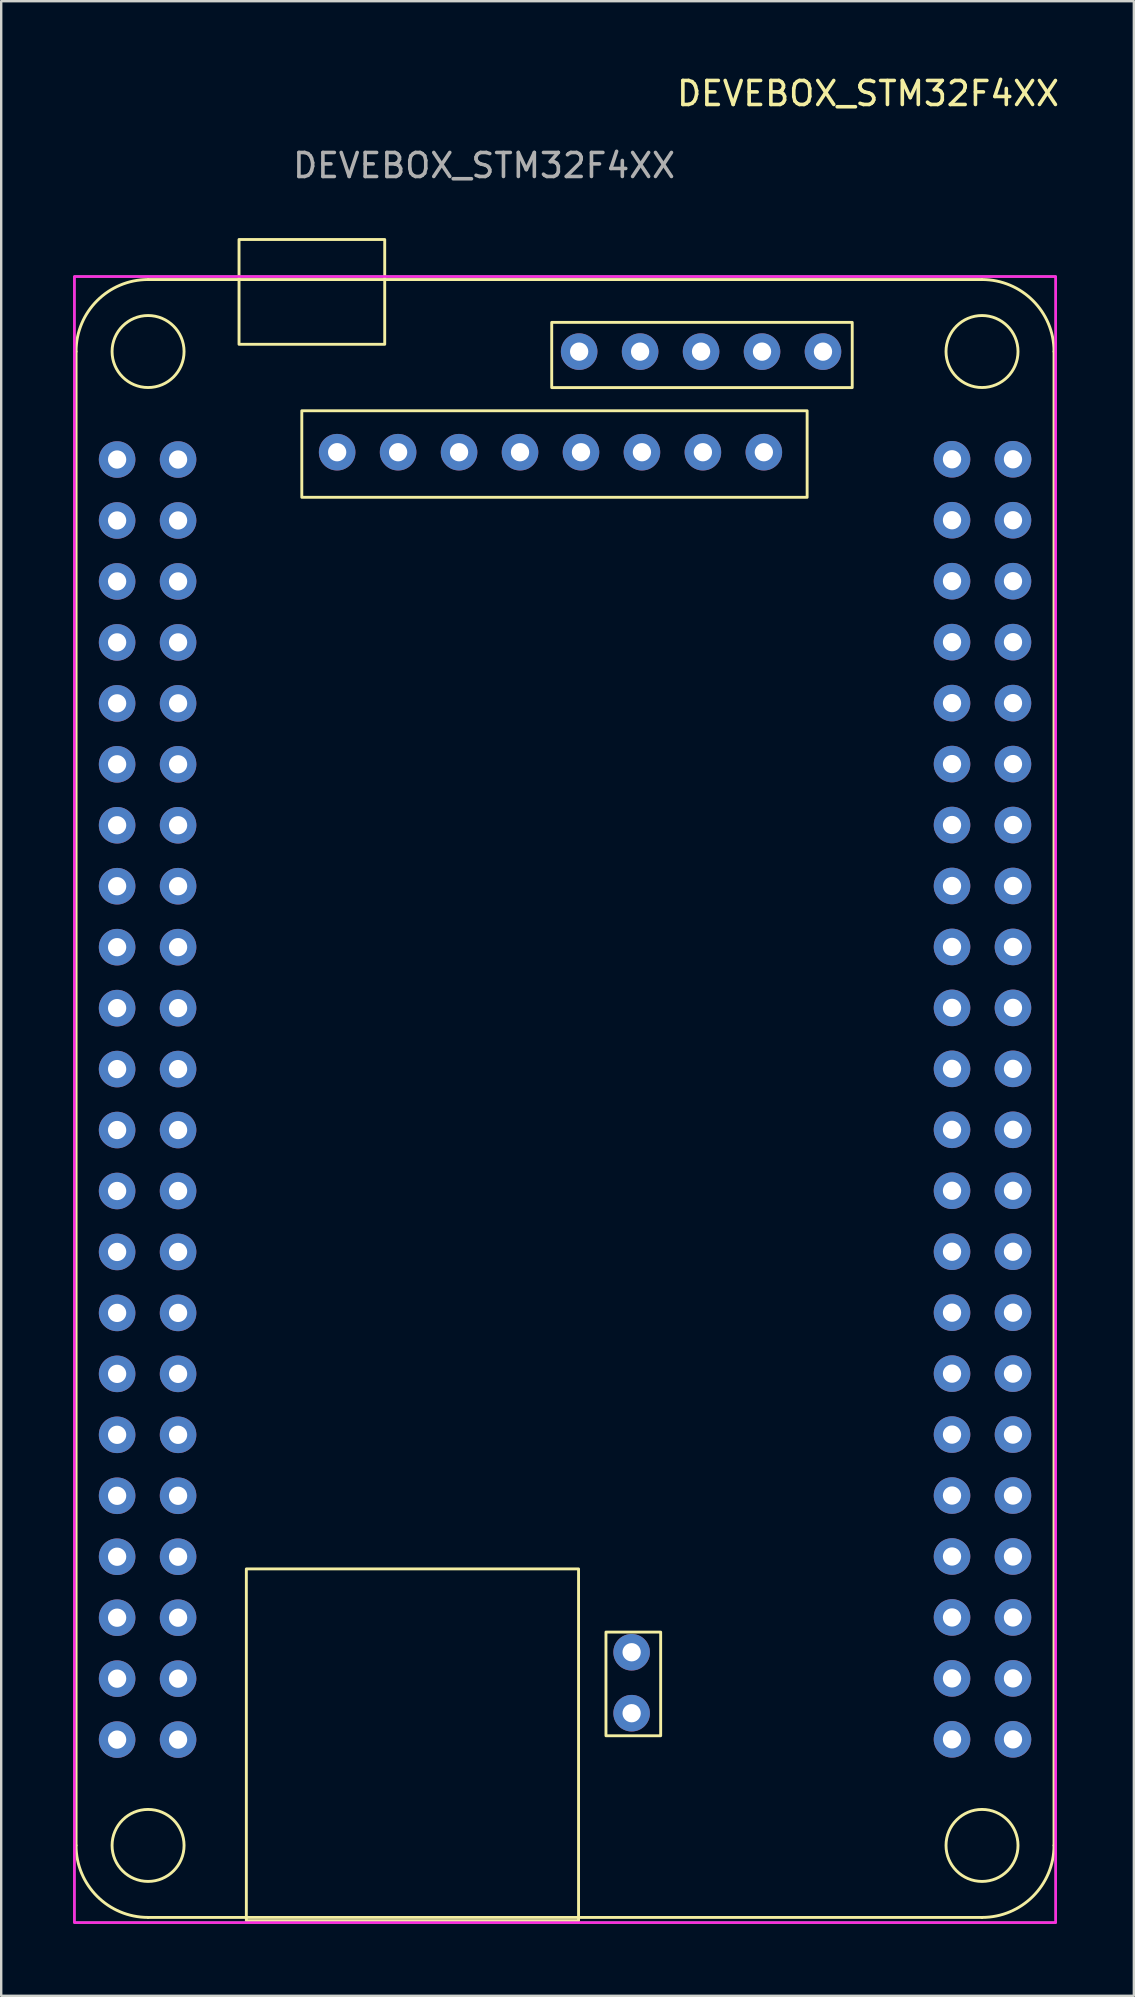
<source format=kicad_pcb>
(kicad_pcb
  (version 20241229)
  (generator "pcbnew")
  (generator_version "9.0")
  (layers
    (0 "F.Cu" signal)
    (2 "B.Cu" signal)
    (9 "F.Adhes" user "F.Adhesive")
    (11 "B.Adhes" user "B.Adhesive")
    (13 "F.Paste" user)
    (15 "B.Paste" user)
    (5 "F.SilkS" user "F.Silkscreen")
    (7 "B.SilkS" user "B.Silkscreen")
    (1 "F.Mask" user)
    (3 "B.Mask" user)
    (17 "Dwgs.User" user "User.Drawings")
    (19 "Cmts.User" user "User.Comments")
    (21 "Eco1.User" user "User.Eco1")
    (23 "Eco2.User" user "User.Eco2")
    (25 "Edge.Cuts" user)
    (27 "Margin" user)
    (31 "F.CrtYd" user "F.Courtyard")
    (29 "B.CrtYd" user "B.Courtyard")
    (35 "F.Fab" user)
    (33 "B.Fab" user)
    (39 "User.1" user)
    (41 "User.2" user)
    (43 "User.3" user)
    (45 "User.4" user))
  (footprint "DEVEBOX_STM32F4XX"
    (layer "F.Cu")
    (at 4.37 16.098)
    (property "Reference" "DEVEBOX_STM32F4XX" (at 28.75 -15.25 0) (unlocked yes) (layer "F.SilkS") (effects (font (size 1 1) (thickness 0.15))))
    (attr through_hole)
    (fp_line (start -4.25 57.75) (end -4.25 -4.5) (stroke (width 0.12) (type solid)) (layer "F.SilkS"))
    (fp_line (start -1.25 -7.5) (end 33.5 -7.5) (stroke (width 0.12) (type solid)) (layer "F.SilkS"))
    (fp_line (start 33.5 60.75) (end -1.25 60.75) (stroke (width 0.12) (type solid)) (layer "F.SilkS"))
    (fp_line (start 36.5 -4.5) (end 36.5 57.75) (stroke (width 0.12) (type solid)) (layer "F.SilkS"))
    (fp_rect (start 2.54 -9.169) (end 8.611 -4.801) (stroke (width 0.12) (type solid)) (fill no) (layer "F.SilkS"))
    (fp_rect (start 2.845 46.228) (end 16.688 60.884) (stroke (width 0.12) (type solid)) (fill no) (layer "F.SilkS"))
    (fp_rect (start 5.156 -2.032) (end 26.213 1.575) (stroke (width 0.12) (type solid)) (fill no) (layer "F.SilkS"))
    (fp_rect (start 15.57 -5.715) (end 28.092 -2.997) (stroke (width 0.12) (type solid)) (fill no) (layer "F.SilkS"))
    (fp_rect (start 17.83 48.86) (end 20.11 53.18) (stroke (width 0.12) (type solid)) (fill no) (layer "F.SilkS"))
    (fp_arc (start -4.25 -4.5) (mid -3.37132 -6.62132) (end -1.25 -7.5) (stroke (width 0.12) (type solid)) (layer "F.SilkS"))
    (fp_arc (start -1.25 60.75) (mid -3.37132 59.87132) (end -4.25 57.75) (stroke (width 0.12) (type solid)) (layer "F.SilkS"))
    (fp_arc (start 33.5 -7.5) (mid 35.62132 -6.62132) (end 36.5 -4.5) (stroke (width 0.12) (type solid)) (layer "F.SilkS"))
    (fp_arc (start 36.5 57.75) (mid 35.62132 59.87132) (end 33.5 60.75) (stroke (width 0.12) (type solid)) (layer "F.SilkS"))
    (fp_circle (center -1.25 -4.5) (end 0.25 -4.5) (stroke (width 0.12) (type solid)) (fill no) (layer "F.SilkS"))
    (fp_circle (center -1.25 57.75) (end 0.25 57.75) (stroke (width 0.12) (type solid)) (fill no) (layer "F.SilkS"))
    (fp_circle (center 33.5 -4.5) (end 35 -4.5) (stroke (width 0.12) (type solid)) (fill no) (layer "F.SilkS"))
    (fp_circle (center 33.5 57.75) (end 35 57.75) (stroke (width 0.12) (type solid)) (fill no) (layer "F.SilkS"))
    (fp_rect (start -4.32 -7.625) (end 36.57 60.965) (stroke (width 0.1) (type solid)) (fill no) (layer "F.CrtYd"))
    (fp_rect (start -4.32 -7.625) (end 36.57 60.965) (stroke (width 0.1) (type solid)) (fill no) (layer "F.Fab"))
    (fp_text user "${REFERENCE}" (at 12.75 -12.25 0) (unlocked yes) (layer "F.Fab") (effects (font (size 1 1) (thickness 0.15))))
    (pad "1" thru_hole circle (at -2.54 0) (size 1.524 1.524) (drill 0.762) (layers "*.Cu" "*.Mask"))
    (pad "2" thru_hole circle (at 0 0) (size 1.524 1.524) (drill 0.762) (layers "*.Cu" "*.Mask"))
    (pad "3" thru_hole circle (at -2.54 2.54) (size 1.524 1.524) (drill 0.762) (layers "*.Cu" "*.Mask"))
    (pad "4" thru_hole circle (at 0 2.54) (size 1.524 1.524) (drill 0.762) (layers "*.Cu" "*.Mask"))
    (pad "5" thru_hole circle (at -2.54 5.08) (size 1.524 1.524) (drill 0.762) (layers "*.Cu" "*.Mask"))
    (pad "6" thru_hole circle (at 0 5.08) (size 1.524 1.524) (drill 0.762) (layers "*.Cu" "*.Mask"))
    (pad "7" thru_hole circle (at -2.54 7.62) (size 1.524 1.524) (drill 0.762) (layers "*.Cu" "*.Mask"))
    (pad "8" thru_hole circle (at 0 7.62) (size 1.524 1.524) (drill 0.762) (layers "*.Cu" "*.Mask"))
    (pad "9" thru_hole circle (at -2.54 10.16) (size 1.524 1.524) (drill 0.762) (layers "*.Cu" "*.Mask"))
    (pad "10" thru_hole circle (at 0 10.16) (size 1.524 1.524) (drill 0.762) (layers "*.Cu" "*.Mask"))
    (pad "11" thru_hole circle (at -2.54 12.7) (size 1.524 1.524) (drill 0.762) (layers "*.Cu" "*.Mask"))
    (pad "12" thru_hole circle (at 0 12.7) (size 1.524 1.524) (drill 0.762) (layers "*.Cu" "*.Mask"))
    (pad "13" thru_hole circle (at -2.54 15.24) (size 1.524 1.524) (drill 0.762) (layers "*.Cu" "*.Mask"))
    (pad "14" thru_hole circle (at 0 15.24) (size 1.524 1.524) (drill 0.762) (layers "*.Cu" "*.Mask"))
    (pad "15" thru_hole circle (at -2.54 17.78) (size 1.524 1.524) (drill 0.762) (layers "*.Cu" "*.Mask"))
    (pad "16" thru_hole circle (at 0 17.78) (size 1.524 1.524) (drill 0.762) (layers "*.Cu" "*.Mask"))
    (pad "17" thru_hole circle (at -2.54 20.32) (size 1.524 1.524) (drill 0.762) (layers "*.Cu" "*.Mask"))
    (pad "18" thru_hole circle (at 0 20.32) (size 1.524 1.524) (drill 0.762) (layers "*.Cu" "*.Mask"))
    (pad "19" thru_hole circle (at -2.54 22.86) (size 1.524 1.524) (drill 0.762) (layers "*.Cu" "*.Mask"))
    (pad "20" thru_hole circle (at 0 22.86) (size 1.524 1.524) (drill 0.762) (layers "*.Cu" "*.Mask"))
    (pad "21" thru_hole circle (at -2.54 25.4) (size 1.524 1.524) (drill 0.762) (layers "*.Cu" "*.Mask"))
    (pad "22" thru_hole circle (at 0 25.4) (size 1.524 1.524) (drill 0.762) (layers "*.Cu" "*.Mask"))
    (pad "23" thru_hole circle (at -2.54 27.94) (size 1.524 1.524) (drill 0.762) (layers "*.Cu" "*.Mask"))
    (pad "24" thru_hole circle (at 0 27.94) (size 1.524 1.524) (drill 0.762) (layers "*.Cu" "*.Mask"))
    (pad "25" thru_hole circle (at -2.54 30.48) (size 1.524 1.524) (drill 0.762) (layers "*.Cu" "*.Mask"))
    (pad "26" thru_hole circle (at 0 30.48) (size 1.524 1.524) (drill 0.762) (layers "*.Cu" "*.Mask"))
    (pad "27" thru_hole circle (at -2.54 33.02) (size 1.524 1.524) (drill 0.762) (layers "*.Cu" "*.Mask"))
    (pad "28" thru_hole circle (at 0 33.02) (size 1.524 1.524) (drill 0.762) (layers "*.Cu" "*.Mask"))
    (pad "29" thru_hole circle (at -2.54 35.56) (size 1.524 1.524) (drill 0.762) (layers "*.Cu" "*.Mask"))
    (pad "30" thru_hole circle (at 0 35.56) (size 1.524 1.524) (drill 0.762) (layers "*.Cu" "*.Mask"))
    (pad "31" thru_hole circle (at -2.54 38.1) (size 1.524 1.524) (drill 0.762) (layers "*.Cu" "*.Mask"))
    (pad "32" thru_hole circle (at 0 38.1) (size 1.524 1.524) (drill 0.762) (layers "*.Cu" "*.Mask"))
    (pad "33" thru_hole circle (at -2.54 40.64) (size 1.524 1.524) (drill 0.762) (layers "*.Cu" "*.Mask"))
    (pad "34" thru_hole circle (at 0 40.64) (size 1.524 1.524) (drill 0.762) (layers "*.Cu" "*.Mask"))
    (pad "35" thru_hole circle (at -2.54 43.18) (size 1.524 1.524) (drill 0.762) (layers "*.Cu" "*.Mask"))
    (pad "36" thru_hole circle (at 0 43.18) (size 1.524 1.524) (drill 0.762) (layers "*.Cu" "*.Mask"))
    (pad "37" thru_hole circle (at -2.54 45.72) (size 1.524 1.524) (drill 0.762) (layers "*.Cu" "*.Mask"))
    (pad "38" thru_hole circle (at 0 45.72) (size 1.524 1.524) (drill 0.762) (layers "*.Cu" "*.Mask"))
    (pad "39" thru_hole circle (at -2.54 48.26) (size 1.524 1.524) (drill 0.762) (layers "*.Cu" "*.Mask"))
    (pad "40" thru_hole circle (at 0 48.26) (size 1.524 1.524) (drill 0.762) (layers "*.Cu" "*.Mask"))
    (pad "41" thru_hole circle (at -2.54 50.8) (size 1.524 1.524) (drill 0.762) (layers "*.Cu" "*.Mask"))
    (pad "42" thru_hole circle (at 0 50.8) (size 1.524 1.524) (drill 0.762) (layers "*.Cu" "*.Mask"))
    (pad "43" thru_hole circle (at -2.54 53.34) (size 1.524 1.524) (drill 0.762) (layers "*.Cu" "*.Mask"))
    (pad "44" thru_hole circle (at 0 53.34) (size 1.524 1.524) (drill 0.762) (layers "*.Cu" "*.Mask"))
    (pad "45" thru_hole circle (at 32.25 -0.01) (size 1.524 1.524) (drill 0.762) (layers "*.Cu" "*.Mask"))
    (pad "46" thru_hole circle (at 34.79 -0.01) (size 1.524 1.524) (drill 0.762) (layers "*.Cu" "*.Mask"))
    (pad "47" thru_hole circle (at 32.25 2.53) (size 1.524 1.524) (drill 0.762) (layers "*.Cu" "*.Mask"))
    (pad "48" thru_hole circle (at 34.79 2.53) (size 1.524 1.524) (drill 0.762) (layers "*.Cu" "*.Mask"))
    (pad "49" thru_hole circle (at 32.25 5.07) (size 1.524 1.524) (drill 0.762) (layers "*.Cu" "*.Mask"))
    (pad "50" thru_hole circle (at 34.79 5.07) (size 1.524 1.524) (drill 0.762) (layers "*.Cu" "*.Mask"))
    (pad "51" thru_hole circle (at 32.25 7.61) (size 1.524 1.524) (drill 0.762) (layers "*.Cu" "*.Mask"))
    (pad "52" thru_hole circle (at 34.79 7.61) (size 1.524 1.524) (drill 0.762) (layers "*.Cu" "*.Mask"))
    (pad "53" thru_hole circle (at 32.25 10.15) (size 1.524 1.524) (drill 0.762) (layers "*.Cu" "*.Mask"))
    (pad "54" thru_hole circle (at 34.79 10.15) (size 1.524 1.524) (drill 0.762) (layers "*.Cu" "*.Mask"))
    (pad "55" thru_hole circle (at 32.25 12.69) (size 1.524 1.524) (drill 0.762) (layers "*.Cu" "*.Mask"))
    (pad "56" thru_hole circle (at 34.79 12.69) (size 1.524 1.524) (drill 0.762) (layers "*.Cu" "*.Mask"))
    (pad "57" thru_hole circle (at 32.25 15.23) (size 1.524 1.524) (drill 0.762) (layers "*.Cu" "*.Mask"))
    (pad "58" thru_hole circle (at 34.79 15.23) (size 1.524 1.524) (drill 0.762) (layers "*.Cu" "*.Mask"))
    (pad "59" thru_hole circle (at 32.25 17.77) (size 1.524 1.524) (drill 0.762) (layers "*.Cu" "*.Mask"))
    (pad "60" thru_hole circle (at 34.79 17.77) (size 1.524 1.524) (drill 0.762) (layers "*.Cu" "*.Mask"))
    (pad "61" thru_hole circle (at 32.25 20.31) (size 1.524 1.524) (drill 0.762) (layers "*.Cu" "*.Mask"))
    (pad "62" thru_hole circle (at 34.79 20.31) (size 1.524 1.524) (drill 0.762) (layers "*.Cu" "*.Mask"))
    (pad "63" thru_hole circle (at 32.25 22.85) (size 1.524 1.524) (drill 0.762) (layers "*.Cu" "*.Mask"))
    (pad "64" thru_hole circle (at 34.79 22.85) (size 1.524 1.524) (drill 0.762) (layers "*.Cu" "*.Mask"))
    (pad "65" thru_hole circle (at 32.25 25.39) (size 1.524 1.524) (drill 0.762) (layers "*.Cu" "*.Mask"))
    (pad "66" thru_hole circle (at 34.79 25.39) (size 1.524 1.524) (drill 0.762) (layers "*.Cu" "*.Mask"))
    (pad "67" thru_hole circle (at 32.25 27.93) (size 1.524 1.524) (drill 0.762) (layers "*.Cu" "*.Mask"))
    (pad "68" thru_hole circle (at 34.79 27.93) (size 1.524 1.524) (drill 0.762) (layers "*.Cu" "*.Mask"))
    (pad "69" thru_hole circle (at 32.25 30.47) (size 1.524 1.524) (drill 0.762) (layers "*.Cu" "*.Mask"))
    (pad "70" thru_hole circle (at 34.79 30.47) (size 1.524 1.524) (drill 0.762) (layers "*.Cu" "*.Mask"))
    (pad "71" thru_hole circle (at 32.25 33.01) (size 1.524 1.524) (drill 0.762) (layers "*.Cu" "*.Mask"))
    (pad "72" thru_hole circle (at 34.79 33.01) (size 1.524 1.524) (drill 0.762) (layers "*.Cu" "*.Mask"))
    (pad "73" thru_hole circle (at 32.25 35.55) (size 1.524 1.524) (drill 0.762) (layers "*.Cu" "*.Mask"))
    (pad "74" thru_hole circle (at 34.79 35.55) (size 1.524 1.524) (drill 0.762) (layers "*.Cu" "*.Mask"))
    (pad "75" thru_hole circle (at 32.25 38.09) (size 1.524 1.524) (drill 0.762) (layers "*.Cu" "*.Mask"))
    (pad "76" thru_hole circle (at 34.79 38.09) (size 1.524 1.524) (drill 0.762) (layers "*.Cu" "*.Mask"))
    (pad "77" thru_hole circle (at 32.25 40.63) (size 1.524 1.524) (drill 0.762) (layers "*.Cu" "*.Mask"))
    (pad "78" thru_hole circle (at 34.79 40.63) (size 1.524 1.524) (drill 0.762) (layers "*.Cu" "*.Mask"))
    (pad "79" thru_hole circle (at 32.25 43.17) (size 1.524 1.524) (drill 0.762) (layers "*.Cu" "*.Mask"))
    (pad "80" thru_hole circle (at 34.79 43.17) (size 1.524 1.524) (drill 0.762) (layers "*.Cu" "*.Mask"))
    (pad "81" thru_hole circle (at 32.25 45.71) (size 1.524 1.524) (drill 0.762) (layers "*.Cu" "*.Mask"))
    (pad "82" thru_hole circle (at 34.79 45.71) (size 1.524 1.524) (drill 0.762) (layers "*.Cu" "*.Mask"))
    (pad "83" thru_hole circle (at 32.25 48.25) (size 1.524 1.524) (drill 0.762) (layers "*.Cu" "*.Mask"))
    (pad "84" thru_hole circle (at 34.79 48.25) (size 1.524 1.524) (drill 0.762) (layers "*.Cu" "*.Mask"))
    (pad "85" thru_hole circle (at 32.25 50.79) (size 1.524 1.524) (drill 0.762) (layers "*.Cu" "*.Mask"))
    (pad "86" thru_hole circle (at 34.79 50.79) (size 1.524 1.524) (drill 0.762) (layers "*.Cu" "*.Mask"))
    (pad "87" thru_hole circle (at 32.25 53.33) (size 1.524 1.524) (drill 0.762) (layers "*.Cu" "*.Mask"))
    (pad "88" thru_hole circle (at 34.79 53.33) (size 1.524 1.524) (drill 0.762) (layers "*.Cu" "*.Mask"))
    (pad "89" thru_hole circle (at 6.629 -0.305) (size 1.524 1.524) (drill 0.762) (layers "*.Cu" "*.Mask"))
    (pad "90" thru_hole circle (at 9.169 -0.305) (size 1.524 1.524) (drill 0.762) (layers "*.Cu" "*.Mask"))
    (pad "91" thru_hole circle (at 11.709 -0.305) (size 1.524 1.524) (drill 0.762) (layers "*.Cu" "*.Mask"))
    (pad "92" thru_hole circle (at 14.249 -0.305) (size 1.524 1.524) (drill 0.762) (layers "*.Cu" "*.Mask"))
    (pad "93" thru_hole circle (at 16.789 -0.305) (size 1.524 1.524) (drill 0.762) (layers "*.Cu" "*.Mask"))
    (pad "94" thru_hole circle (at 19.329 -0.305) (size 1.524 1.524) (drill 0.762) (layers "*.Cu" "*.Mask"))
    (pad "95" thru_hole circle (at 21.869 -0.305) (size 1.524 1.524) (drill 0.762) (layers "*.Cu" "*.Mask"))
    (pad "96" thru_hole circle (at 24.409 -0.305) (size 1.524 1.524) (drill 0.762) (layers "*.Cu" "*.Mask"))
    (pad "97" thru_hole circle (at 16.713 -4.496) (size 1.524 1.524) (drill 0.762) (layers "*.Cu" "*.Mask"))
    (pad "98" thru_hole circle (at 19.253 -4.496) (size 1.524 1.524) (drill 0.762) (layers "*.Cu" "*.Mask"))
    (pad "99" thru_hole circle (at 21.793 -4.496) (size 1.524 1.524) (drill 0.762) (layers "*.Cu" "*.Mask"))
    (pad "100" thru_hole circle (at 24.333 -4.496) (size 1.524 1.524) (drill 0.762) (layers "*.Cu" "*.Mask"))
    (pad "101" thru_hole circle (at 26.873 -4.496) (size 1.524 1.524) (drill 0.762) (layers "*.Cu" "*.Mask"))
    (pad "102" thru_hole circle (at 18.9 52.24) (size 1.524 1.524) (drill 0.762) (layers "*.Cu" "*.Mask"))
    (pad "103" thru_hole circle (at 18.9 49.7) (size 1.524 1.524) (drill 0.762) (layers "*.Cu" "*.Mask")))
  (gr_rect
    (start -3 -3)
    (end 44.197 80.113)
    (stroke (width 0.1) (type default))
    (fill no)
    (layer "Edge.Cuts")))
</source>
